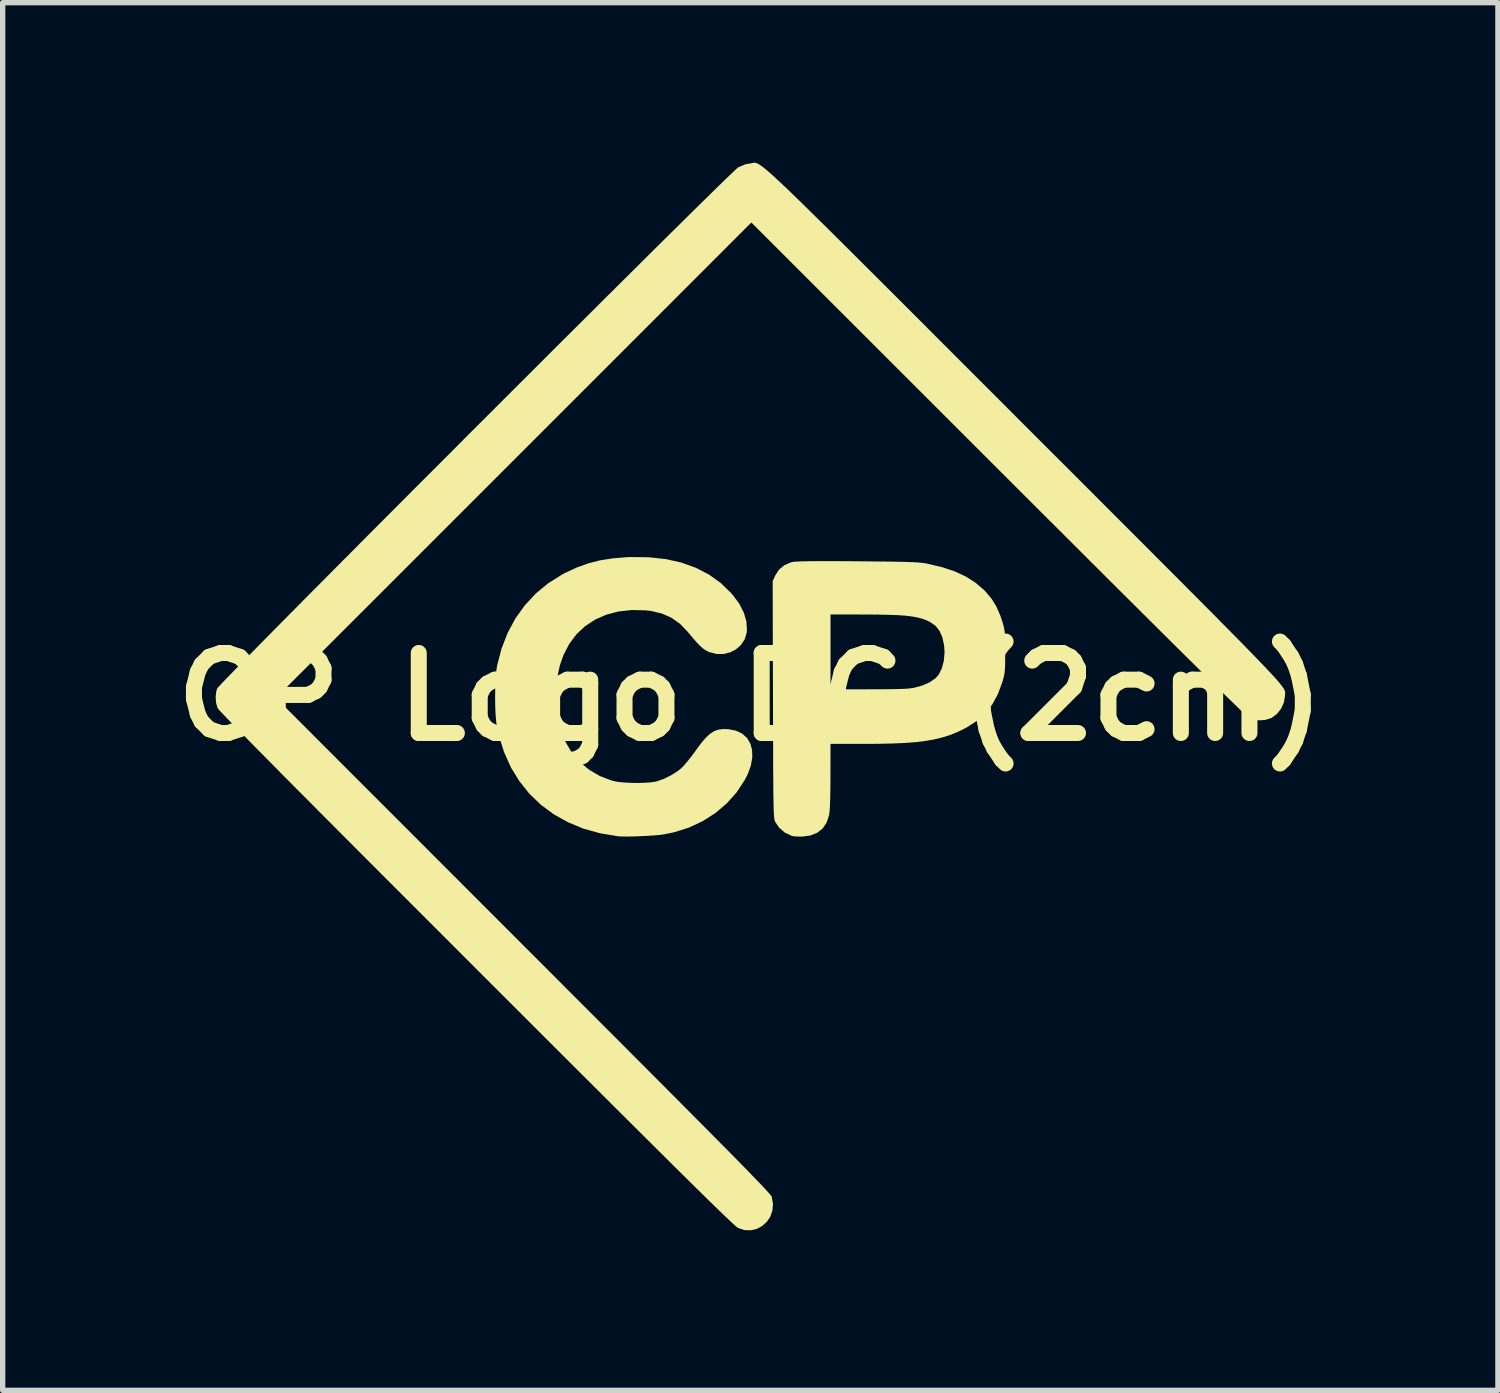
<source format=kicad_pcb>
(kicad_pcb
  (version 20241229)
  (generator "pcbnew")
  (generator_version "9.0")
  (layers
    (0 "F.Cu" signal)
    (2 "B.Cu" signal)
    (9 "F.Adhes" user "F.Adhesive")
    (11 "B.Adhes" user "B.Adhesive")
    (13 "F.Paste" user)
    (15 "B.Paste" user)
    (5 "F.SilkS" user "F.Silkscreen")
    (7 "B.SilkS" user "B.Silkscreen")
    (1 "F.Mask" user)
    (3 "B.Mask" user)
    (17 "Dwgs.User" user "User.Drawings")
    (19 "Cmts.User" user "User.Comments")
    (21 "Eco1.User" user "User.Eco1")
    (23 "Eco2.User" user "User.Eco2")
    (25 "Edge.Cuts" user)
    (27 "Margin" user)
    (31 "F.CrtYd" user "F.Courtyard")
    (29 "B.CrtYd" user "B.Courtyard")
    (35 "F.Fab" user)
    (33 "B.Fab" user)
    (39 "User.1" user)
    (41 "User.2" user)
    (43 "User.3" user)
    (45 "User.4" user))
  (footprint "CP Logo DC (2cm)"
    (layer "F.Cu")
    (at 11.014 10.012)
    (property "Reference" "CP Logo DC (2cm)" (at 0 0 0) (layer "F.SilkS") (effects (font (size 1.5 1.5) (thickness 0.3))))
    (attr board_only exclude_from_pos_files exclude_from_bom)
    (fp_poly (pts (xy -1.902 -2.616) (xy -1.584 -2.582) (xy -1.289 -2.516) (xy -1.019 -2.418) (xy -0.773 -2.291) (xy -0.552 -2.132) (xy -0.358 -1.944) (xy -0.321 -1.901) (xy -0.202 -1.738) (xy -0.119 -1.573) (xy -0.072 -1.41) (xy -0.063 -1.251) (xy -0.068 -1.198) (xy -0.105 -1.077) (xy -0.173 -0.973) (xy -0.266 -0.891) (xy -0.377 -0.833) (xy -0.501 -0.803) (xy -0.631 -0.803) (xy -0.762 -0.836) (xy -0.792 -0.849) (xy -0.843 -0.876) (xy -0.893 -0.912) (xy -0.948 -0.961) (xy -1.012 -1.029) (xy -1.09 -1.119) (xy -1.173 -1.219) (xy -1.316 -1.367) (xy -1.476 -1.481) (xy -1.656 -1.561) (xy -1.858 -1.609) (xy -1.954 -1.621) (xy -2.221 -1.627) (xy -2.47 -1.6) (xy -2.7 -1.539) (xy -2.909 -1.447) (xy -3.096 -1.324) (xy -3.258 -1.172) (xy -3.394 -0.991) (xy -3.502 -0.782) (xy -3.569 -0.591) (xy -3.612 -0.395) (xy -3.637 -0.178) (xy -3.642 0.041) (xy -3.632 0.214) (xy -3.611 0.375) (xy -3.585 0.509) (xy -3.551 0.629) (xy -3.505 0.75) (xy -3.455 0.861) (xy -3.34 1.053) (xy -3.194 1.223) (xy -3.021 1.367) (xy -2.824 1.483) (xy -2.607 1.567) (xy -2.566 1.578) (xy -2.479 1.595) (xy -2.366 1.606) (xy -2.236 1.613) (xy -2.101 1.615) (xy -1.971 1.611) (xy -1.857 1.603) (xy -1.769 1.589) (xy -1.754 1.586) (xy -1.619 1.537) (xy -1.48 1.468) (xy -1.356 1.389) (xy -1.292 1.338) (xy -1.243 1.287) (xy -1.18 1.213) (xy -1.109 1.124) (xy -1.038 1.029) (xy -1.025 1.01) (xy -0.924 0.873) (xy -0.836 0.769) (xy -0.754 0.693) (xy -0.675 0.642) (xy -0.592 0.614) (xy -0.5 0.604) (xy -0.41 0.607) (xy -0.268 0.634) (xy -0.151 0.69) (xy -0.061 0.771) (xy 0.001 0.875) (xy 0.034 0.998) (xy 0.038 1.137) (xy 0.011 1.289) (xy -0.048 1.451) (xy -0.104 1.56) (xy -0.257 1.792) (xy -0.441 1.998) (xy -0.653 2.178) (xy -0.889 2.329) (xy -1.146 2.45) (xy -1.424 2.538) (xy -1.613 2.577) (xy -1.702 2.589) (xy -1.817 2.599) (xy -1.948 2.607) (xy -2.086 2.614) (xy -2.219 2.618) (xy -2.339 2.619) (xy -2.435 2.617) (xy -2.476 2.614) (xy -2.811 2.559) (xy -3.125 2.472) (xy -3.416 2.352) (xy -3.684 2.202) (xy -3.926 2.023) (xy -4.142 1.815) (xy -4.33 1.58) (xy -4.489 1.319) (xy -4.617 1.032) (xy -4.714 0.722) (xy -4.746 0.586) (xy -4.762 0.475) (xy -4.774 0.335) (xy -4.781 0.175) (xy -4.783 0.005) (xy -4.781 -0.166) (xy -4.774 -0.327) (xy -4.763 -0.468) (xy -4.747 -0.58) (xy -4.746 -0.585) (xy -4.663 -0.903) (xy -4.548 -1.199) (xy -4.402 -1.47) (xy -4.225 -1.717) (xy -4.02 -1.937) (xy -3.786 -2.13) (xy -3.524 -2.294) (xy -3.468 -2.324) (xy -3.252 -2.424) (xy -3.038 -2.501) (xy -2.818 -2.558) (xy -2.581 -2.595) (xy -2.318 -2.617) (xy -2.243 -2.62)) (stroke (width 0) (type solid)) (fill yes) (layer "F.SilkS"))
    (fp_poly (pts (xy 1.698 -2.543) (xy 1.965 -2.541) (xy 2.015 -2.541) (xy 2.265 -2.538) (xy 2.479 -2.536) (xy 2.66 -2.534) (xy 2.811 -2.531) (xy 2.936 -2.528) (xy 3.039 -2.524) (xy 3.122 -2.52) (xy 3.189 -2.514) (xy 3.244 -2.508) (xy 3.29 -2.501) (xy 3.308 -2.498) (xy 3.584 -2.433) (xy 3.826 -2.354) (xy 4.036 -2.257) (xy 4.219 -2.141) (xy 4.378 -2.006) (xy 4.42 -1.962) (xy 4.528 -1.832) (xy 4.614 -1.691) (xy 4.685 -1.528) (xy 4.724 -1.413) (xy 4.743 -1.348) (xy 4.757 -1.292) (xy 4.767 -1.236) (xy 4.773 -1.172) (xy 4.777 -1.094) (xy 4.778 -0.991) (xy 4.779 -0.858) (xy 4.779 -0.842) (xy 4.778 -0.705) (xy 4.777 -0.599) (xy 4.773 -0.519) (xy 4.767 -0.454) (xy 4.758 -0.398) (xy 4.744 -0.342) (xy 4.726 -0.279) (xy 4.725 -0.275) (xy 4.641 -0.05) (xy 4.537 0.142) (xy 4.409 0.306) (xy 4.253 0.447) (xy 4.066 0.569) (xy 4.011 0.598) (xy 3.879 0.662) (xy 3.745 0.716) (xy 3.605 0.76) (xy 3.455 0.797) (xy 3.291 0.826) (xy 3.107 0.849) (xy 2.9 0.865) (xy 2.666 0.875) (xy 2.4 0.881) (xy 2.15 0.882) (xy 1.504 0.882) (xy 1.503 1.489) (xy 1.502 1.703) (xy 1.499 1.88) (xy 1.495 2.02) (xy 1.488 2.127) (xy 1.48 2.201) (xy 1.477 2.219) (xy 1.431 2.358) (xy 1.357 2.468) (xy 1.256 2.548) (xy 1.129 2.599) (xy 0.983 2.619) (xy 0.902 2.62) (xy 0.831 2.616) (xy 0.784 2.609) (xy 0.782 2.609) (xy 0.649 2.546) (xy 0.542 2.454) (xy 0.468 2.346) (xy 0.463 2.333) (xy 0.457 2.318) (xy 0.453 2.298) (xy 0.449 2.27) (xy 0.445 2.232) (xy 0.442 2.182) (xy 0.439 2.118) (xy 0.437 2.038) (xy 0.435 1.939) (xy 0.433 1.818) (xy 0.432 1.675) (xy 0.431 1.505) (xy 0.429 1.308) (xy 0.429 1.081) (xy 0.428 0.821) (xy 0.427 0.527) (xy 0.426 0.196) (xy 0.426 0.053) (xy 0.423 -0.842) (xy 1.504 -0.842) (xy 1.504 -0.14) (xy 2.22 -0.141) (xy 2.427 -0.141) (xy 2.599 -0.143) (xy 2.738 -0.145) (xy 2.85 -0.148) (xy 2.939 -0.153) (xy 3.008 -0.16) (xy 3.062 -0.168) (xy 3.077 -0.171) (xy 3.235 -0.215) (xy 3.368 -0.275) (xy 3.473 -0.349) (xy 3.53 -0.413) (xy 3.59 -0.531) (xy 3.628 -0.674) (xy 3.642 -0.829) (xy 3.633 -0.967) (xy 3.6 -1.117) (xy 3.548 -1.235) (xy 3.475 -1.328) (xy 3.376 -1.399) (xy 3.36 -1.407) (xy 3.289 -1.44) (xy 3.213 -1.467) (xy 3.126 -1.489) (xy 3.026 -1.507) (xy 2.907 -1.521) (xy 2.766 -1.531) (xy 2.598 -1.537) (xy 2.4 -1.541) (xy 2.166 -1.543) (xy 2.1 -1.543) (xy 1.504 -1.544) (xy 1.504 -0.842) (xy 0.423 -0.842) (xy 0.42 -2.17) (xy 0.469 -2.276) (xy 0.54 -2.386) (xy 0.64 -2.468) (xy 0.764 -2.521) (xy 0.788 -2.527) (xy 0.828 -2.532) (xy 0.895 -2.536) (xy 0.991 -2.54) (xy 1.117 -2.542) (xy 1.276 -2.543) (xy 1.469 -2.543)) (stroke (width 0) (type solid)) (fill yes) (layer "F.SilkS"))
    (fp_poly (pts (xy 0.095 -10.01) (xy 0.114 -10.005) (xy 0.136 -9.996) (xy 0.163 -9.982) (xy 0.194 -9.962) (xy 0.231 -9.935) (xy 0.275 -9.9) (xy 0.327 -9.857) (xy 0.388 -9.804) (xy 0.458 -9.74) (xy 0.538 -9.666) (xy 0.63 -9.579) (xy 0.734 -9.48) (xy 0.851 -9.367) (xy 0.983 -9.239) (xy 1.129 -9.095) (xy 1.291 -8.936) (xy 1.47 -8.759) (xy 1.667 -8.563) (xy 1.883 -8.349) (xy 2.117 -8.115) (xy 2.373 -7.86) (xy 2.65 -7.584) (xy 2.949 -7.285) (xy 3.271 -6.963) (xy 3.617 -6.616) (xy 3.988 -6.245) (xy 4.385 -5.848) (xy 4.809 -5.424) (xy 5.146 -5.086) (xy 5.588 -4.644) (xy 6.003 -4.23) (xy 6.391 -3.842) (xy 6.753 -3.479) (xy 7.09 -3.142) (xy 7.404 -2.828) (xy 7.694 -2.537) (xy 7.963 -2.268) (xy 8.209 -2.021) (xy 8.436 -1.793) (xy 8.643 -1.585) (xy 8.831 -1.395) (xy 9.002 -1.222) (xy 9.155 -1.067) (xy 9.293 -0.926) (xy 9.415 -0.801) (xy 9.523 -0.689) (xy 9.618 -0.591) (xy 9.7 -0.504) (xy 9.771 -0.428) (xy 9.83 -0.363) (xy 9.88 -0.307) (xy 9.921 -0.259) (xy 9.953 -0.218) (xy 9.979 -0.185) (xy 9.998 -0.156) (xy 10.011 -0.133) (xy 10.02 -0.113) (xy 10.025 -0.097) (xy 10.027 -0.082) (xy 10.027 -0.068) (xy 10.026 -0.055) (xy 10.024 -0.04) (xy 10.024 -0.024) (xy 10.024 -0.022) (xy 10.005 0.099) (xy 9.955 0.215) (xy 9.877 0.316) (xy 9.78 0.39) (xy 9.754 0.403) (xy 9.653 0.433) (xy 9.539 0.441) (xy 9.428 0.427) (xy 9.352 0.399) (xy 9.33 0.381) (xy 9.28 0.335) (xy 9.204 0.262) (xy 9.1 0.161) (xy 8.97 0.035) (xy 8.815 -0.118) (xy 8.635 -0.296) (xy 8.43 -0.498) (xy 8.201 -0.725) (xy 7.948 -0.975) (xy 7.673 -1.248) (xy 7.375 -1.544) (xy 7.055 -1.863) (xy 6.714 -2.202) (xy 6.352 -2.563) (xy 5.97 -2.945) (xy 5.568 -3.346) (xy 5.146 -3.767) (xy 4.706 -4.207) (xy 4.646 -4.267) (xy 0.02 -8.891) (xy -4.435 -4.435) (xy -8.891 0.02) (xy -4.257 4.656) (xy -3.818 5.095) (xy -3.407 5.507) (xy -3.022 5.892) (xy -2.663 6.252) (xy -2.329 6.586) (xy -2.019 6.897) (xy -1.733 7.184) (xy -1.469 7.449) (xy -1.226 7.693) (xy -1.005 7.916) (xy -0.803 8.119) (xy -0.621 8.303) (xy -0.456 8.469) (xy -0.309 8.618) (xy -0.179 8.751) (xy -0.064 8.868) (xy 0.035 8.97) (xy 0.121 9.059) (xy 0.193 9.134) (xy 0.254 9.198) (xy 0.302 9.251) (xy 0.34 9.293) (xy 0.369 9.325) (xy 0.388 9.349) (xy 0.399 9.365) (xy 0.402 9.372) (xy 0.426 9.504) (xy 0.416 9.628) (xy 0.377 9.741) (xy 0.312 9.839) (xy 0.226 9.918) (xy 0.125 9.973) (xy 0.011 10) (xy -0.11 9.996) (xy -0.226 9.958) (xy -0.24 9.949) (xy -0.264 9.93) (xy -0.298 9.9) (xy -0.344 9.858) (xy -0.401 9.804) (xy -0.472 9.737) (xy -0.557 9.655) (xy -0.656 9.559) (xy -0.77 9.448) (xy -0.9 9.32) (xy -1.048 9.175) (xy -1.212 9.012) (xy -1.396 8.831) (xy -1.598 8.63) (xy -1.82 8.409) (xy -2.064 8.167) (xy -2.328 7.904) (xy -2.615 7.618) (xy -2.926 7.308) (xy -3.26 6.975) (xy -3.619 6.617) (xy -4.003 6.233) (xy -4.413 5.823) (xy -4.851 5.386) (xy -5.135 5.102) (xy -5.624 4.612) (xy -6.086 4.15) (xy -6.52 3.716) (xy -6.927 3.309) (xy -7.306 2.929) (xy -7.659 2.575) (xy -7.986 2.247) (xy -8.286 1.945) (xy -8.561 1.669) (xy -8.81 1.418) (xy -9.034 1.191) (xy -9.234 0.989) (xy -9.409 0.811) (xy -9.561 0.657) (xy -9.689 0.526) (xy -9.793 0.418) (xy -9.875 0.333) (xy -9.934 0.271) (xy -9.97 0.23) (xy -9.985 0.211) (xy -9.985 0.21) (xy -10.014 0.112) (xy -10.022 -0.002) (xy -10.008 -0.111) (xy -9.993 -0.156) (xy -9.976 -0.177) (xy -9.932 -0.225) (xy -9.862 -0.299) (xy -9.767 -0.397) (xy -9.649 -0.519) (xy -9.509 -0.662) (xy -9.347 -0.827) (xy -9.167 -1.01) (xy -8.968 -1.212) (xy -8.751 -1.431) (xy -8.519 -1.665) (xy -8.273 -1.914) (xy -8.013 -2.175) (xy -7.741 -2.449) (xy -7.458 -2.733) (xy -7.166 -3.027) (xy -6.866 -3.328) (xy -6.558 -3.637) (xy -6.245 -3.951) (xy -5.927 -4.269) (xy -5.606 -4.59) (xy -5.284 -4.914) (xy -4.96 -5.237) (xy -4.637 -5.56) (xy -4.316 -5.881) (xy -3.998 -6.198) (xy -3.685 -6.511) (xy -3.377 -6.818) (xy -3.075 -7.118) (xy -2.782 -7.41) (xy -2.499 -7.692) (xy -2.226 -7.963) (xy -1.965 -8.222) (xy -1.717 -8.468) (xy -1.484 -8.699) (xy -1.266 -8.914) (xy -1.066 -9.112) (xy -0.883 -9.292) (xy -0.72 -9.452) (xy -0.578 -9.591) (xy -0.458 -9.707) (xy -0.361 -9.801) (xy -0.289 -9.869) (xy -0.243 -9.912) (xy -0.225 -9.926) (xy -0.092 -9.982) (xy -0.003 -9.998) (xy 0.016 -10.001) (xy 0.032 -10.004) (xy 0.048 -10.008) (xy 0.063 -10.011) (xy 0.078 -10.012)) (stroke (width 0) (type solid)) (fill yes) (layer "F.SilkS")))
  (gr_rect
    (start -3 -3)
    (end 25.029 23.012)
    (stroke (width 0.1) (type default))
    (fill no)
    (layer "Edge.Cuts")))
</source>
